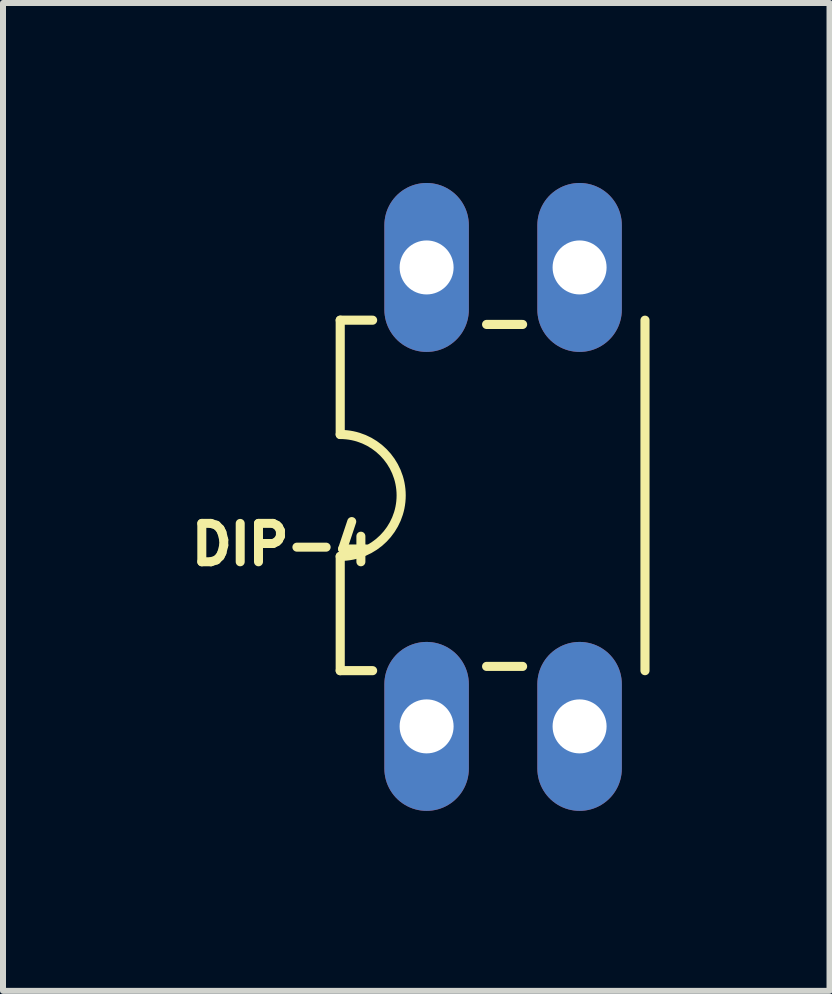
<source format=kicad_pcb>
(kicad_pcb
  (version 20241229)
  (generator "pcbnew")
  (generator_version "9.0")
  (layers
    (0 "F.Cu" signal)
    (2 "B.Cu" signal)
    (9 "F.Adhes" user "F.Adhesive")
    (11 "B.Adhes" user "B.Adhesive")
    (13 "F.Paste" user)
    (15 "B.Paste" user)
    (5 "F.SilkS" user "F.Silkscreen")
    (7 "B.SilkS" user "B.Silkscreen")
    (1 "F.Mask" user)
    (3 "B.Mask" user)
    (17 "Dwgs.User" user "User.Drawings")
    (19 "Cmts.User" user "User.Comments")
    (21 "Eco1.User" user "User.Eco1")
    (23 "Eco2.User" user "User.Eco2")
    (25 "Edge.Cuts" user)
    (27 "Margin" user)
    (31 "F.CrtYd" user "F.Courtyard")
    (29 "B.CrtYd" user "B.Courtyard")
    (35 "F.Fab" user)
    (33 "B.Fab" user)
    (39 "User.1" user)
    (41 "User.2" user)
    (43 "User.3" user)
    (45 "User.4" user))
  (footprint "DIP-4"
    (layer "F.Cu")
    (at 4.061 9.058)
    (property "Reference" "DIP-4" (at -2.406 -3.032 180) (layer "F.SilkS") (effects (font (size 0.64 0.64) (thickness 0.15))))
    (attr through_hole)
    (fp_line (start -1.44 -6.771) (end -1.44 -4.866) (stroke (width 0.152) (type solid)) (layer "F.SilkS"))
    (fp_line (start -1.44 -0.929) (end -1.44 -2.834) (stroke (width 0.152) (type solid)) (layer "F.SilkS"))
    (fp_line (start -0.9 -6.771) (end -1.44 -6.771) (stroke (width 0.152) (type solid)) (layer "F.SilkS"))
    (fp_line (start -0.9 -0.929) (end -1.44 -0.929) (stroke (width 0.152) (type solid)) (layer "F.SilkS"))
    (fp_line (start 1.6 -6.7) (end 1 -6.7) (stroke (width 0.152) (type solid)) (layer "F.SilkS"))
    (fp_line (start 1.6 -1) (end 1 -1) (stroke (width 0.152) (type solid)) (layer "F.SilkS"))
    (fp_line (start 3.64 -0.929) (end 3.64 -6.771) (stroke (width 0.152) (type solid)) (layer "F.SilkS"))
    (fp_arc (start -1.44 -4.866) (mid -0.424 -3.85) (end -1.44 -2.834) (stroke (width 0.1524) (type solid)) (layer "F.SilkS"))
    (pad "P$1" thru_hole oval (at 0 0) (size 1.408 2.816) (drill 0.9) (layers "*.Cu" "*.Mask"))
    (pad "P$2" thru_hole oval (at 2.55 0) (size 1.408 2.816) (drill 0.9) (layers "*.Cu" "*.Mask"))
    (pad "P$3" thru_hole oval (at 2.55 -7.65) (size 1.408 2.816) (drill 0.9) (layers "*.Cu" "*.Mask"))
    (pad "P$4" thru_hole oval (at 0 -7.65) (size 1.408 2.816) (drill 0.9) (layers "*.Cu" "*.Mask")))
  (gr_rect
    (start -3 -3)
    (end 10.777 13.466)
    (stroke (width 0.1) (type default))
    (fill no)
    (layer "Edge.Cuts")))
</source>
